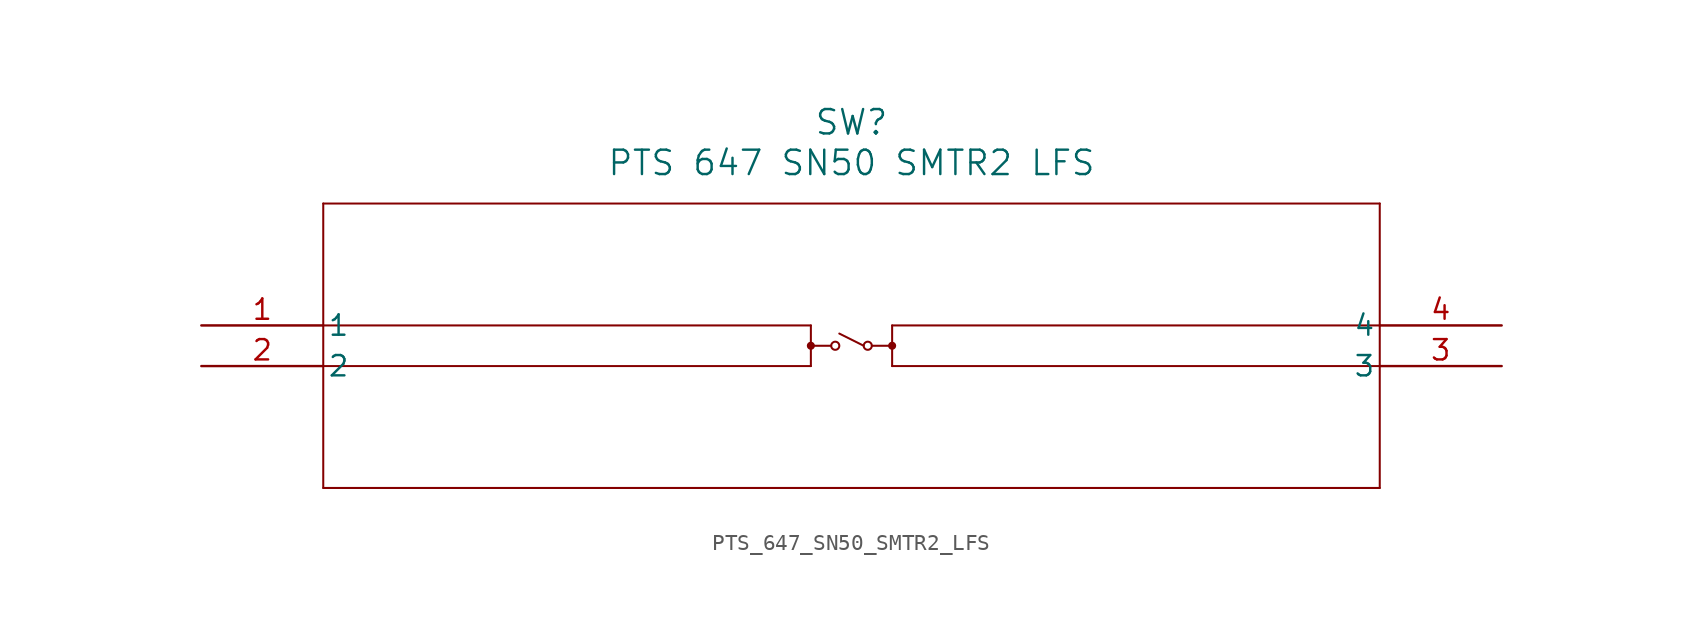
<source format=kicad_sym>
(kicad_symbol_lib
  (version 20241209)
  (generator "kicad_symbol_editor")
  (generator_version "9.0")
  (symbol "PTS_647_SN50_SMTR2_LFS"
    (pin_names
      (offset 0.254))
    (property "Reference" "SW"
      (at 40.64 12.7 0)
      (effects (font (size 1.524 1.524))))
    (property "Value" "PTS 647 SN50 SMTR2 LFS"
      (at 40.64 10.16 0)
      (effects (font (size 1.524 1.524))))
    (property "ki_locked" ""
      (at 0 0 0)
      (effects (font (size 1.27 1.27))))
    (symbol "PTS_647_SN50_SMTR2_LFS_0_1"
      (polyline (pts (xy 7.62 7.62) (xy 7.62 -10.16)) (stroke (width 0.127) (type default)) (fill (type none)))
      (polyline (pts (xy 7.62 0) (xy 38.1 0)) (stroke (width 0.127) (type default)) (fill (type none)))
      (polyline (pts (xy 7.62 -10.16) (xy 73.66 -10.16)) (stroke (width 0.127) (type default)) (fill (type none)))
      (polyline (pts (xy 38.1 0) (xy 38.1 -2.54)) (stroke (width 0.127) (type default)) (fill (type none)))
      (polyline (pts (xy 38.1 -1.27) (xy 39.37 -1.27)) (stroke (width 0.127) (type default)) (fill (type none)))
      (circle (center 38.1 -1.27) (radius 0.127) (stroke (width 0.254) (type default)) (fill (type none)))
      (polyline (pts (xy 38.1 -2.54) (xy 7.62 -2.54)) (stroke (width 0.127) (type default)) (fill (type none)))
      (circle (center 39.624 -1.27) (radius 0.254) (stroke (width 0.127) (type default)) (fill (type none)))
      (polyline (pts (xy 39.878 -0.508) (xy 41.402 -1.27)) (stroke (width 0.127) (type default)) (fill (type none)))
      (circle (center 41.656 -1.27) (radius 0.254) (stroke (width 0.127) (type default)) (fill (type none)))
      (polyline (pts (xy 43.18 0) (xy 43.18 -2.54)) (stroke (width 0.127) (type default)) (fill (type none)))
      (polyline (pts (xy 43.18 -1.27) (xy 41.91 -1.27)) (stroke (width 0.127) (type default)) (fill (type none)))
      (circle (center 43.18 -1.27) (radius 0.127) (stroke (width 0.254) (type default)) (fill (type none)))
      (polyline (pts (xy 43.18 -2.54) (xy 73.66 -2.54)) (stroke (width 0.127) (type default)) (fill (type none)))
      (polyline (pts (xy 73.66 7.62) (xy 7.62 7.62)) (stroke (width 0.127) (type default)) (fill (type none)))
      (polyline (pts (xy 73.66 0) (xy 43.18 0)) (stroke (width 0.127) (type default)) (fill (type none)))
      (polyline (pts (xy 73.66 -10.16) (xy 73.66 7.62)) (stroke (width 0.127) (type default)) (fill (type none)))
      (pin unspecified line (at 0 0 0) (length 7.62) (name "1" (effects (font (size 1.27 1.27)))) (number "1" (effects (font (size 1.27 1.27)))))
      (pin unspecified line (at 0 -2.54 0) (length 7.62) (name "2" (effects (font (size 1.27 1.27)))) (number "2" (effects (font (size 1.27 1.27)))))
      (pin unspecified line (at 81.28 0 180) (length 7.62) (name "4" (effects (font (size 1.27 1.27)))) (number "4" (effects (font (size 1.27 1.27)))))
      (pin unspecified line (at 81.28 -2.54 180) (length 7.62) (name "3" (effects (font (size 1.27 1.27)))) (number "3" (effects (font (size 1.27 1.27))))))))
</source>
